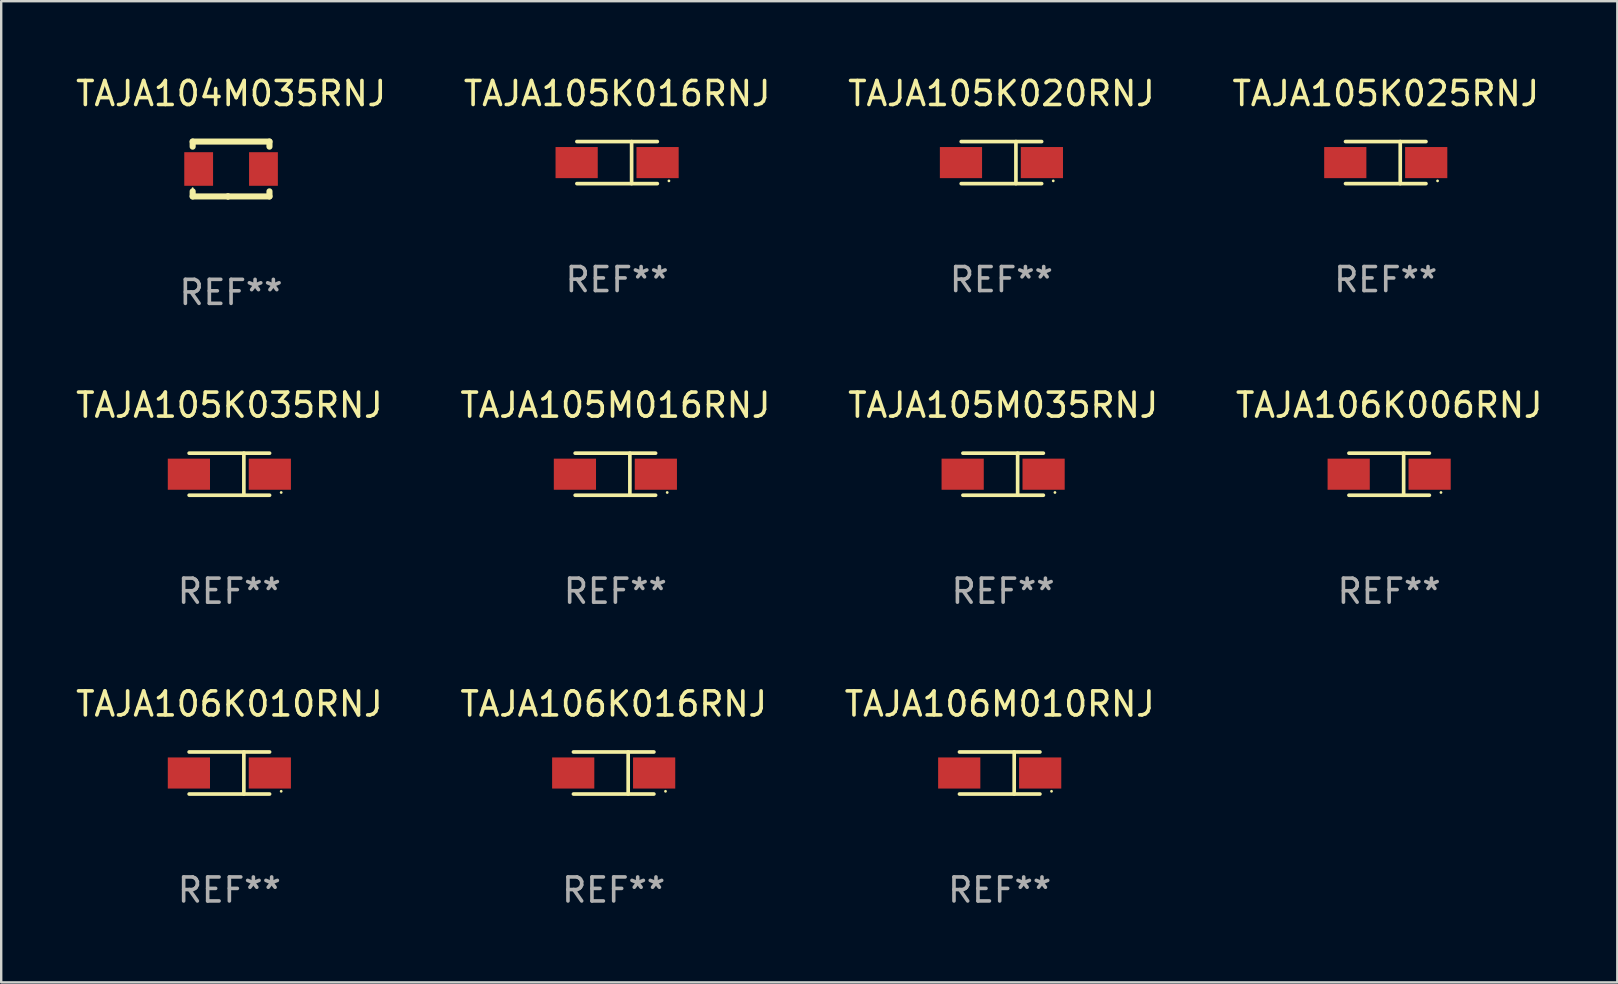
<source format=kicad_pcb>
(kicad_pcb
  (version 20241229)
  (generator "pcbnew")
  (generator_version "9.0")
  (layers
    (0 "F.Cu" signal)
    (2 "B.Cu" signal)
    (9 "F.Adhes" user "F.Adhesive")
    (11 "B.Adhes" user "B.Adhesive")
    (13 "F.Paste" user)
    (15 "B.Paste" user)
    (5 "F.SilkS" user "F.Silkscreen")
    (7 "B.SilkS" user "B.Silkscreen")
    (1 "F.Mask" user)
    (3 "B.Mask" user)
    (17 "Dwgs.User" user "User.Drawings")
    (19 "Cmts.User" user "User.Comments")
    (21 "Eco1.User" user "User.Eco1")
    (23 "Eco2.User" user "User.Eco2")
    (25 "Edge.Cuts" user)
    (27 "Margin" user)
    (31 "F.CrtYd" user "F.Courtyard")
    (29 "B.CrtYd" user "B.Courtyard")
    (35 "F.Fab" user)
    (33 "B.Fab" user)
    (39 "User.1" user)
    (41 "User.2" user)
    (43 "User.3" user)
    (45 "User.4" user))
  (footprint "TAJA105K016RNJ"
    (layer "F.Cu")
    (at 22.661 3.724)
    (property "Reference" "TAJA105K016RNJ" (at 0 -2.876 0) (layer "F.SilkS") (effects (font (size 1 1) (thickness 0.15))))
    (attr through_hole)
    (fp_line (start -1.676 -0.876) (end 1.676 -0.876) (stroke (width 0.152) (type solid)) (layer "F.SilkS"))
    (fp_line (start -1.676 0.876) (end 1.676 0.876) (stroke (width 0.152) (type solid)) (layer "F.SilkS"))
    (fp_line (start 0.604 -0.876) (end 0.604 0.876) (stroke (width 0.152) (type solid)) (layer "F.SilkS"))
    (fp_circle (center 2.159 0.762) (end 2.189 0.762) (stroke (width 0.06) (type solid)) (fill no) (layer "F.SilkS"))
    (fp_text user "REF**" (at 0 4.876 0) (layer "F.Fab") (effects (font (size 1 1) (thickness 0.15))))
    (pad "1" smd rect (at 1.686 0) (size 1.758 1.296) (layers "F.Cu" "F.Mask" "F.Paste"))
    (pad "2" smd rect (at -1.686 0) (size 1.758 1.296) (layers "F.Cu" "F.Mask" "F.Paste")))
  (footprint "TAJA105M016RNJ"
    (layer "F.Cu")
    (at 22.589 16.707)
    (property "Reference" "TAJA105M016RNJ" (at 0 -2.876 0) (layer "F.SilkS") (effects (font (size 1 1) (thickness 0.15))))
    (attr through_hole)
    (fp_line (start -1.676 -0.876) (end 1.676 -0.876) (stroke (width 0.152) (type solid)) (layer "F.SilkS"))
    (fp_line (start -1.676 0.876) (end 1.676 0.876) (stroke (width 0.152) (type solid)) (layer "F.SilkS"))
    (fp_line (start 0.604 -0.876) (end 0.604 0.876) (stroke (width 0.152) (type solid)) (layer "F.SilkS"))
    (fp_circle (center 2.159 0.762) (end 2.189 0.762) (stroke (width 0.06) (type solid)) (fill no) (layer "F.SilkS"))
    (fp_text user "REF**" (at 0 4.876 0) (layer "F.Fab") (effects (font (size 1 1) (thickness 0.15))))
    (pad "1" smd rect (at 1.686 0) (size 1.758 1.296) (layers "F.Cu" "F.Mask" "F.Paste"))
    (pad "2" smd rect (at -1.686 0) (size 1.758 1.296) (layers "F.Cu" "F.Mask" "F.Paste")))
  (footprint "TAJA106K006RNJ"
    (layer "F.Cu")
    (at 54.827 16.707)
    (property "Reference" "TAJA106K006RNJ" (at 0 -2.876 0) (layer "F.SilkS") (effects (font (size 1 1) (thickness 0.15))))
    (attr through_hole)
    (fp_line (start -1.676 -0.876) (end 1.676 -0.876) (stroke (width 0.152) (type solid)) (layer "F.SilkS"))
    (fp_line (start -1.676 0.876) (end 1.676 0.876) (stroke (width 0.152) (type solid)) (layer "F.SilkS"))
    (fp_line (start 0.604 -0.876) (end 0.604 0.876) (stroke (width 0.152) (type solid)) (layer "F.SilkS"))
    (fp_circle (center 2.159 0.762) (end 2.189 0.762) (stroke (width 0.06) (type solid)) (fill no) (layer "F.SilkS"))
    (fp_text user "REF**" (at 0 4.876 0) (layer "F.Fab") (effects (font (size 1 1) (thickness 0.15))))
    (pad "1" smd rect (at 1.686 0) (size 1.758 1.296) (layers "F.Cu" "F.Mask" "F.Paste"))
    (pad "2" smd rect (at -1.686 0) (size 1.758 1.296) (layers "F.Cu" "F.Mask" "F.Paste")))
  (footprint "TAJA105K020RNJ"
    (layer "F.Cu")
    (at 38.673 3.724)
    (property "Reference" "TAJA105K020RNJ" (at 0 -2.876 0) (layer "F.SilkS") (effects (font (size 1 1) (thickness 0.15))))
    (attr through_hole)
    (fp_line (start -1.676 -0.876) (end 1.676 -0.876) (stroke (width 0.152) (type solid)) (layer "F.SilkS"))
    (fp_line (start -1.676 0.876) (end 1.676 0.876) (stroke (width 0.152) (type solid)) (layer "F.SilkS"))
    (fp_line (start 0.604 -0.876) (end 0.604 0.876) (stroke (width 0.152) (type solid)) (layer "F.SilkS"))
    (fp_circle (center 2.159 0.762) (end 2.189 0.762) (stroke (width 0.06) (type solid)) (fill no) (layer "F.SilkS"))
    (fp_text user "REF**" (at 0 4.876 0) (layer "F.Fab") (effects (font (size 1 1) (thickness 0.15))))
    (pad "1" smd rect (at 1.686 0) (size 1.758 1.296) (layers "F.Cu" "F.Mask" "F.Paste"))
    (pad "2" smd rect (at -1.686 0) (size 1.758 1.296) (layers "F.Cu" "F.Mask" "F.Paste")))
  (footprint "TAJA105K025RNJ"
    (layer "F.Cu")
    (at 54.685 3.724)
    (property "Reference" "TAJA105K025RNJ" (at 0 -2.876 0) (layer "F.SilkS") (effects (font (size 1 1) (thickness 0.15))))
    (attr through_hole)
    (fp_line (start -1.676 -0.876) (end 1.676 -0.876) (stroke (width 0.152) (type solid)) (layer "F.SilkS"))
    (fp_line (start -1.676 0.876) (end 1.676 0.876) (stroke (width 0.152) (type solid)) (layer "F.SilkS"))
    (fp_line (start 0.604 -0.876) (end 0.604 0.876) (stroke (width 0.152) (type solid)) (layer "F.SilkS"))
    (fp_circle (center 2.159 0.762) (end 2.189 0.762) (stroke (width 0.06) (type solid)) (fill no) (layer "F.SilkS"))
    (fp_text user "REF**" (at 0 4.876 0) (layer "F.Fab") (effects (font (size 1 1) (thickness 0.15))))
    (pad "1" smd rect (at 1.686 0) (size 1.758 1.296) (layers "F.Cu" "F.Mask" "F.Paste"))
    (pad "2" smd rect (at -1.686 0) (size 1.758 1.296) (layers "F.Cu" "F.Mask" "F.Paste")))
  (footprint "TAJA104M035RNJ"
    (layer "F.Cu")
    (at 6.577 3.991)
    (property "Reference" "TAJA104M035RNJ" (at 0 -3.143 0) (layer "F.SilkS") (effects (font (size 1 1) (thickness 0.15))))
    (attr through_hole)
    (fp_line (start -1.6 1.143) (end -0.128 1.143) (stroke (width 0.254) (type solid)) (layer "F.SilkS"))
    (fp_line (start -1.6 -1.143) (end -1.6 -0.931) (stroke (width 0.254) (type solid)) (layer "F.SilkS"))
    (fp_line (start -1.6 -1.143) (end 1.6 -1.143) (stroke (width 0.254) (type solid)) (layer "F.SilkS"))
    (fp_line (start -1.6 0.931) (end -1.6 1.143) (stroke (width 0.254) (type solid)) (layer "F.SilkS"))
    (fp_line (start -0.128 1.143) (end -0.128 1.143) (stroke (width 0.254) (type solid)) (layer "F.SilkS"))
    (fp_line (start -0.128 1.143) (end 1.6 1.143) (stroke (width 0.254) (type solid)) (layer "F.SilkS"))
    (fp_line (start 1.6 -1.143) (end 1.6 -0.931) (stroke (width 0.254) (type solid)) (layer "F.SilkS"))
    (fp_line (start 1.6 0.931) (end 1.6 1.143) (stroke (width 0.254) (type solid)) (layer "F.SilkS"))
    (fp_circle (center -1.6 0.8) (end -1.58 0.8) (stroke (width 0.04) (type solid)) (fill no) (layer "F.SilkS"))
    (fp_text user "REF**" (at 0 5.143 0) (layer "F.Fab") (effects (font (size 1 1) (thickness 0.15))))
    (pad "1" smd rect (at -1.35 0) (size 1.2 1.4) (layers "F.Cu" "F.Mask" "F.Paste"))
    (pad "2" smd rect (at 1.35 0) (size 1.2 1.4) (layers "F.Cu" "F.Mask" "F.Paste")))
  (footprint "TAJA106K010RNJ"
    (layer "F.Cu")
    (at 6.506 29.156)
    (property "Reference" "TAJA106K010RNJ" (at 0 -2.876 0) (layer "F.SilkS") (effects (font (size 1 1) (thickness 0.15))))
    (attr through_hole)
    (fp_line (start -1.676 -0.876) (end 1.676 -0.876) (stroke (width 0.152) (type solid)) (layer "F.SilkS"))
    (fp_line (start -1.676 0.876) (end 1.676 0.876) (stroke (width 0.152) (type solid)) (layer "F.SilkS"))
    (fp_line (start 0.604 -0.876) (end 0.604 0.876) (stroke (width 0.152) (type solid)) (layer "F.SilkS"))
    (fp_circle (center 2.159 0.762) (end 2.189 0.762) (stroke (width 0.06) (type solid)) (fill no) (layer "F.SilkS"))
    (fp_text user "REF**" (at 0 4.876 0) (layer "F.Fab") (effects (font (size 1 1) (thickness 0.15))))
    (pad "1" smd rect (at 1.686 0) (size 1.758 1.296) (layers "F.Cu" "F.Mask" "F.Paste"))
    (pad "2" smd rect (at -1.686 0) (size 1.758 1.296) (layers "F.Cu" "F.Mask" "F.Paste")))
  (footprint "TAJA106K016RNJ"
    (layer "F.Cu")
    (at 22.518 29.156)
    (property "Reference" "TAJA106K016RNJ" (at 0 -2.876 0) (layer "F.SilkS") (effects (font (size 1 1) (thickness 0.15))))
    (attr through_hole)
    (fp_line (start -1.676 -0.876) (end 1.676 -0.876) (stroke (width 0.152) (type solid)) (layer "F.SilkS"))
    (fp_line (start -1.676 0.876) (end 1.676 0.876) (stroke (width 0.152) (type solid)) (layer "F.SilkS"))
    (fp_line (start 0.604 -0.876) (end 0.604 0.876) (stroke (width 0.152) (type solid)) (layer "F.SilkS"))
    (fp_circle (center 2.159 0.762) (end 2.189 0.762) (stroke (width 0.06) (type solid)) (fill no) (layer "F.SilkS"))
    (fp_text user "REF**" (at 0 4.876 0) (layer "F.Fab") (effects (font (size 1 1) (thickness 0.15))))
    (pad "1" smd rect (at 1.686 0) (size 1.758 1.296) (layers "F.Cu" "F.Mask" "F.Paste"))
    (pad "2" smd rect (at -1.686 0) (size 1.758 1.296) (layers "F.Cu" "F.Mask" "F.Paste")))
  (footprint "TAJA105M035RNJ"
    (layer "F.Cu")
    (at 38.744 16.707)
    (property "Reference" "TAJA105M035RNJ" (at 0 -2.876 0) (layer "F.SilkS") (effects (font (size 1 1) (thickness 0.15))))
    (attr through_hole)
    (fp_line (start -1.676 -0.876) (end 1.676 -0.876) (stroke (width 0.152) (type solid)) (layer "F.SilkS"))
    (fp_line (start -1.676 0.876) (end 1.676 0.876) (stroke (width 0.152) (type solid)) (layer "F.SilkS"))
    (fp_line (start 0.604 -0.876) (end 0.604 0.876) (stroke (width 0.152) (type solid)) (layer "F.SilkS"))
    (fp_circle (center 2.159 0.762) (end 2.189 0.762) (stroke (width 0.06) (type solid)) (fill no) (layer "F.SilkS"))
    (fp_text user "REF**" (at 0 4.876 0) (layer "F.Fab") (effects (font (size 1 1) (thickness 0.15))))
    (pad "1" smd rect (at 1.686 0) (size 1.758 1.296) (layers "F.Cu" "F.Mask" "F.Paste"))
    (pad "2" smd rect (at -1.686 0) (size 1.758 1.296) (layers "F.Cu" "F.Mask" "F.Paste")))
  (footprint "TAJA105K035RNJ"
    (layer "F.Cu")
    (at 6.506 16.707)
    (property "Reference" "TAJA105K035RNJ" (at 0 -2.876 0) (layer "F.SilkS") (effects (font (size 1 1) (thickness 0.15))))
    (attr through_hole)
    (fp_line (start -1.676 -0.876) (end 1.676 -0.876) (stroke (width 0.152) (type solid)) (layer "F.SilkS"))
    (fp_line (start -1.676 0.876) (end 1.676 0.876) (stroke (width 0.152) (type solid)) (layer "F.SilkS"))
    (fp_line (start 0.604 -0.876) (end 0.604 0.876) (stroke (width 0.152) (type solid)) (layer "F.SilkS"))
    (fp_circle (center 2.159 0.762) (end 2.189 0.762) (stroke (width 0.06) (type solid)) (fill no) (layer "F.SilkS"))
    (fp_text user "REF**" (at 0 4.876 0) (layer "F.Fab") (effects (font (size 1 1) (thickness 0.15))))
    (pad "1" smd rect (at 1.686 0) (size 1.758 1.296) (layers "F.Cu" "F.Mask" "F.Paste"))
    (pad "2" smd rect (at -1.686 0) (size 1.758 1.296) (layers "F.Cu" "F.Mask" "F.Paste")))
  (footprint "TAJA106M010RNJ"
    (layer "F.Cu")
    (at 38.601 29.156)
    (property "Reference" "TAJA106M010RNJ" (at 0 -2.876 0) (layer "F.SilkS") (effects (font (size 1 1) (thickness 0.15))))
    (attr through_hole)
    (fp_line (start -1.676 -0.876) (end 1.676 -0.876) (stroke (width 0.152) (type solid)) (layer "F.SilkS"))
    (fp_line (start -1.676 0.876) (end 1.676 0.876) (stroke (width 0.152) (type solid)) (layer "F.SilkS"))
    (fp_line (start 0.604 -0.876) (end 0.604 0.876) (stroke (width 0.152) (type solid)) (layer "F.SilkS"))
    (fp_circle (center 2.159 0.762) (end 2.189 0.762) (stroke (width 0.06) (type solid)) (fill no) (layer "F.SilkS"))
    (fp_text user "REF**" (at 0 4.876 0) (layer "F.Fab") (effects (font (size 1 1) (thickness 0.15))))
    (pad "1" smd rect (at 1.686 0) (size 1.758 1.296) (layers "F.Cu" "F.Mask" "F.Paste"))
    (pad "2" smd rect (at -1.686 0) (size 1.758 1.296) (layers "F.Cu" "F.Mask" "F.Paste")))
  (gr_rect
    (start -3 -3)
    (end 64.333 37.88)
    (stroke (width 0.1) (type default))
    (fill no)
    (layer "Edge.Cuts")))
</source>
